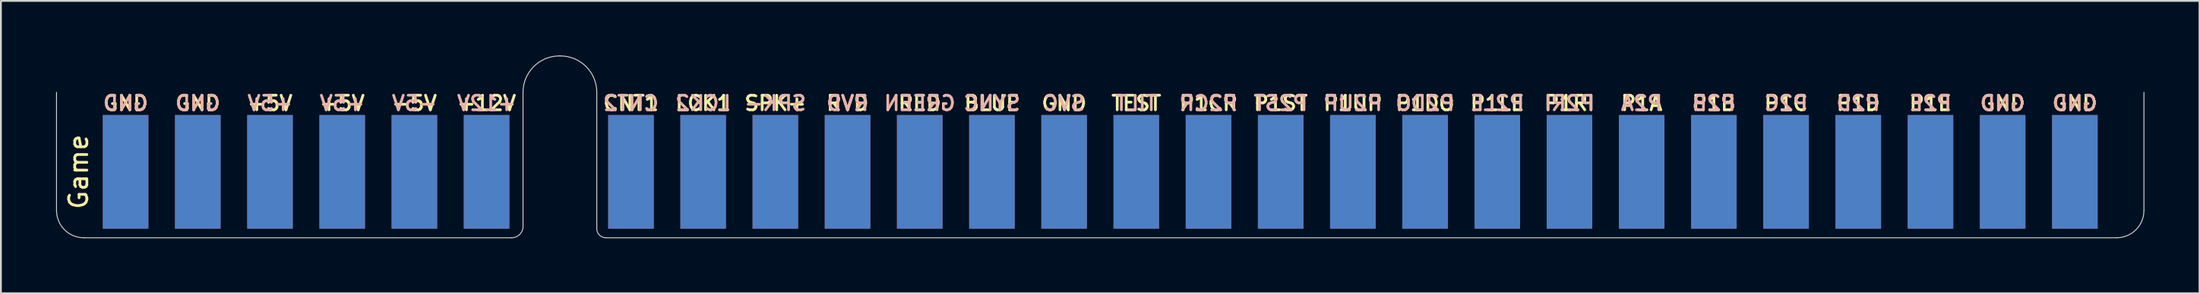
<source format=kicad_pcb>
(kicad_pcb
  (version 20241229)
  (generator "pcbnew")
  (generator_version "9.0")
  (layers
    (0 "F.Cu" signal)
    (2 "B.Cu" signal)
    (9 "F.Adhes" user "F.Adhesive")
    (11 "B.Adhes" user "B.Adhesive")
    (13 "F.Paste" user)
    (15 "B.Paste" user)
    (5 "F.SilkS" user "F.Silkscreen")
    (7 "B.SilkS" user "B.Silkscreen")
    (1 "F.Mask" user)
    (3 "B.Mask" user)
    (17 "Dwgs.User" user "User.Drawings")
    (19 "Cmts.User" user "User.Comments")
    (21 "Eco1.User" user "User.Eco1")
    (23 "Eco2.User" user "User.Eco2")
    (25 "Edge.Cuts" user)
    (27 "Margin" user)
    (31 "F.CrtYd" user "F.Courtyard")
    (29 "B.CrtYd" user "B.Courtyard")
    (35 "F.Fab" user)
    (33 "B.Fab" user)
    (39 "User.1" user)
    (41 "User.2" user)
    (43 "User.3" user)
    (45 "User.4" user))
  (footprint "Game"
    (layer "F.Cu")
    (at 57.3 2.025)
    (property "Reference" "Game" (at -56.039 4.375 90) (layer "F.SilkS") (effects (font (size 1 1) (thickness 0.15))))
    (attr through_hole)
    (fp_poly (pts (xy 57.25 8) (xy -57.25 8) (xy -57.25 1.25) (xy 57.25 1.25)) (stroke (width 0.1) (type solid)) (fill yes) (layer "F.Mask"))
    (fp_poly (pts (xy 57.25 8) (xy -57.25 8) (xy -57.25 1.25) (xy 57.25 1.25)) (stroke (width 0.1) (type solid)) (fill yes) (layer "B.Mask"))
    (fp_line (start -57.25 6.5) (end -57.25 0) (stroke (width 0.05) (type solid)) (layer "Edge.Cuts"))
    (fp_line (start -32.285 8) (end -55.75 8) (stroke (width 0.05) (type solid)) (layer "Edge.Cuts"))
    (fp_line (start -31.66 7.375) (end -31.66 0) (stroke (width 0.05) (type solid)) (layer "Edge.Cuts"))
    (fp_line (start -29.7 -2) (end -29.615 -2) (stroke (width 0.05) (type solid)) (layer "Edge.Cuts"))
    (fp_line (start -27.615 0) (end -27.615 7.5) (stroke (width 0.05) (type solid)) (layer "Edge.Cuts"))
    (fp_line (start -27.115 8) (end 55.75 8) (stroke (width 0.05) (type solid)) (layer "Edge.Cuts"))
    (fp_line (start 57.25 6.5) (end 57.25 0) (stroke (width 0.05) (type solid)) (layer "Edge.Cuts"))
    (fp_arc (start -55.75 8) (mid -56.81066 7.56066) (end -57.25 6.5) (stroke (width 0.05) (type solid)) (layer "Edge.Cuts"))
    (fp_arc (start -31.66 0) (mid -31.088427 -1.400259) (end -29.7 -2) (stroke (width 0.05) (type solid)) (layer "Edge.Cuts"))
    (fp_arc (start -31.66 7.375) (mid -31.843058 7.816942) (end -32.285 8) (stroke (width 0.05) (type solid)) (layer "Edge.Cuts"))
    (fp_arc (start -29.615 -2) (mid -28.200786 -1.414214) (end -27.615 0) (stroke (width 0.05) (type solid)) (layer "Edge.Cuts"))
    (fp_arc (start -27.115 8) (mid -27.468553 7.853553) (end -27.615 7.5) (stroke (width 0.05) (type solid)) (layer "Edge.Cuts"))
    (fp_arc (start 57.25 6.5) (mid 56.81066 7.56066) (end 55.75 8) (stroke (width 0.05) (type solid)) (layer "Edge.Cuts"))
    (fp_text user "CNT1" (at -25.74 0.6 0) (layer "F.SilkS") (effects (font (size 0.8 0.8) (thickness 0.15))))
    (fp_text user "TEST" (at 1.98 0.6 0) (layer "F.SilkS") (effects (font (size 0.8 0.8) (thickness 0.15))))
    (fp_text user "RVD" (at -13.86 0.6 0) (layer "F.SilkS") (effects (font (size 0.8 0.8) (thickness 0.15))))
    (fp_text user "+12V" (at -33.66 0.6 0) (layer "F.SilkS") (effects (font (size 0.8 0.8) (thickness 0.15))))
    (fp_text user "P1C" (at 37.62 0.6 0) (layer "F.SilkS") (effects (font (size 0.8 0.8) (thickness 0.15))))
    (fp_text user "BLUE" (at -5.94 0.6 0) (layer "F.SilkS") (effects (font (size 0.8 0.8) (thickness 0.15))))
    (fp_text user "GND" (at -49.5 0.6 0) (layer "F.SilkS") (effects (font (size 0.8 0.8) (thickness 0.15))))
    (fp_text user "P1DO" (at 17.82 0.6 0) (layer "F.SilkS") (effects (font (size 0.8 0.8) (thickness 0.15))))
    (fp_text user "GND" (at -1.98 0.6 0) (layer "F.SilkS") (effects (font (size 0.8 0.8) (thickness 0.15))))
    (fp_text user "-5V" (at -37.62 0.6 0) (layer "F.SilkS") (effects (font (size 0.8 0.8) (thickness 0.15))))
    (fp_text user "P1A" (at 29.7 0.6 0) (layer "F.SilkS") (effects (font (size 0.8 0.8) (thickness 0.15))))
    (fp_text user "GND" (at 49.5 0.6 0) (layer "F.SilkS") (effects (font (size 0.8 0.8) (thickness 0.15))))
    (fp_text user "P1LE" (at 21.78 0.6 0) (layer "F.SilkS") (effects (font (size 0.8 0.8) (thickness 0.15))))
    (fp_text user "SPK+" (at -17.82 0.6 0) (layer "F.SilkS") (effects (font (size 0.8 0.8) (thickness 0.15))))
    (fp_text user "P1B" (at 33.66 0.6 0) (layer "F.SilkS") (effects (font (size 0.8 0.8) (thickness 0.15))))
    (fp_text user "P1UP" (at 13.86 0.6 0) (layer "F.SilkS") (effects (font (size 0.8 0.8) (thickness 0.15))))
    (fp_text user "P1CR" (at 5.94 0.6 0) (layer "F.SilkS") (effects (font (size 0.8 0.8) (thickness 0.15))))
    (fp_text user "GND" (at 53.46 0.6 0) (layer "F.SilkS") (effects (font (size 0.8 0.8) (thickness 0.15))))
    (fp_text user "+5V" (at -41.58 0.6 0) (layer "F.SilkS") (effects (font (size 0.8 0.8) (thickness 0.15))))
    (fp_text user "P1ST" (at 9.9 0.6 0) (layer "F.SilkS") (effects (font (size 0.8 0.8) (thickness 0.15))))
    (fp_text user "LCK1" (at -21.78 0.6 0) (layer "F.SilkS") (effects (font (size 0.8 0.8) (thickness 0.15))))
    (fp_text user "GND" (at -53.46 0.6 0) (layer "F.SilkS") (effects (font (size 0.8 0.8) (thickness 0.15))))
    (fp_text user "P1E" (at 45.54 0.6 0) (layer "F.SilkS") (effects (font (size 0.8 0.8) (thickness 0.15))))
    (fp_text user "+5V" (at -45.54 0.6 0) (layer "F.SilkS") (effects (font (size 0.8 0.8) (thickness 0.15))))
    (fp_text user "P1RI" (at 25.74 0.6 0) (layer "F.SilkS") (effects (font (size 0.8 0.8) (thickness 0.15))))
    (fp_text user "RED" (at -9.9 0.6 0) (layer "F.SilkS") (effects (font (size 0.8 0.8) (thickness 0.15))))
    (fp_text user "P1D" (at 41.58 0.6 0) (layer "F.SilkS") (effects (font (size 0.8 0.8) (thickness 0.15))))
    (fp_text user "P2CR" (at 5.94 0.6 0) (layer "B.SilkS") (effects (font (size 0.8 0.8) (thickness 0.15)) (justify mirror)))
    (fp_text user "P2UP" (at 13.86 0.6 0) (layer "B.SilkS") (effects (font (size 0.8 0.8) (thickness 0.15)) (justify mirror)))
    (fp_text user "P2D" (at 41.58 0.6 0) (layer "B.SilkS") (effects (font (size 0.8 0.8) (thickness 0.15)) (justify mirror)))
    (fp_text user "P2C" (at 37.62 0.6 0) (layer "B.SilkS") (effects (font (size 0.8 0.8) (thickness 0.15)) (justify mirror)))
    (fp_text user "SVC" (at -1.98 0.6 0) (layer "B.SilkS") (effects (font (size 0.8 0.8) (thickness 0.15)) (justify mirror)))
    (fp_text user "SPK-" (at -17.82 0.6 0) (layer "B.SilkS") (effects (font (size 0.8 0.8) (thickness 0.15)) (justify mirror)))
    (fp_text user "GREEN" (at -9.9 0.6 0) (layer "B.SilkS") (effects (font (size 0.8 0.8) (thickness 0.15)) (justify mirror)))
    (fp_text user "P2ST" (at 9.9 0.6 0) (layer "B.SilkS") (effects (font (size 0.8 0.8) (thickness 0.15)) (justify mirror)))
    (fp_text user "GND" (at -53.46 0.6 0) (layer "B.SilkS") (effects (font (size 0.8 0.8) (thickness 0.15)) (justify mirror)))
    (fp_text user "GND" (at 53.46 0.6 0) (layer "B.SilkS") (effects (font (size 0.8 0.8) (thickness 0.15)) (justify mirror)))
    (fp_text user "+5V" (at -41.58 0.6 0) (layer "B.SilkS") (effects (font (size 0.8 0.8) (thickness 0.15)) (justify mirror)))
    (fp_text user "P2DO" (at 17.82 0.6 0) (layer "B.SilkS") (effects (font (size 0.8 0.8) (thickness 0.15)) (justify mirror)))
    (fp_text user "TILT" (at 1.98 0.6 0) (layer "B.SilkS") (effects (font (size 0.8 0.8) (thickness 0.15)) (justify mirror)))
    (fp_text user "CNT2" (at -25.74 0.6 0) (layer "B.SilkS") (effects (font (size 0.8 0.8) (thickness 0.15)) (justify mirror)))
    (fp_text user "P2LE" (at 21.78 0.6 0) (layer "B.SilkS") (effects (font (size 0.8 0.8) (thickness 0.15)) (justify mirror)))
    (fp_text user "+12V" (at -33.66 0.6 0) (layer "B.SilkS") (effects (font (size 0.8 0.8) (thickness 0.15)) (justify mirror)))
    (fp_text user "GND" (at -49.5 0.6 0) (layer "B.SilkS") (effects (font (size 0.8 0.8) (thickness 0.15)) (justify mirror)))
    (fp_text user "+5V" (at -45.54 0.6 0) (layer "B.SilkS") (effects (font (size 0.8 0.8) (thickness 0.15)) (justify mirror)))
    (fp_text user "P2E" (at 45.54 0.6 0) (layer "B.SilkS") (effects (font (size 0.8 0.8) (thickness 0.15)) (justify mirror)))
    (fp_text user "-5V" (at -37.62 0.6 0) (layer "B.SilkS") (effects (font (size 0.8 0.8) (thickness 0.15)) (justify mirror)))
    (fp_text user "P2A" (at 29.7 0.6 0) (layer "B.SilkS") (effects (font (size 0.8 0.8) (thickness 0.15)) (justify mirror)))
    (fp_text user "P2RI" (at 25.74 0.6 0) (layer "B.SilkS") (effects (font (size 0.8 0.8) (thickness 0.15)) (justify mirror)))
    (fp_text user "GND" (at 49.5 0.6 0) (layer "B.SilkS") (effects (font (size 0.8 0.8) (thickness 0.15)) (justify mirror)))
    (fp_text user "P2B" (at 33.66 0.6 0) (layer "B.SilkS") (effects (font (size 0.8 0.8) (thickness 0.15)) (justify mirror)))
    (fp_text user "SYNC" (at -5.94 0.6 0) (layer "B.SilkS") (effects (font (size 0.8 0.8) (thickness 0.15)) (justify mirror)))
    (fp_text user "RVD" (at -13.86 0.6 0) (layer "B.SilkS") (effects (font (size 0.8 0.8) (thickness 0.15)) (justify mirror)))
    (fp_text user "LCK2" (at -21.78 0.6 0) (layer "B.SilkS") (effects (font (size 0.8 0.8) (thickness 0.15)) (justify mirror)))
    (pad "1" smd rect (at -53.46 4.375) (size 2.5 6.25) (layers "F.Cu" "F.Mask" "F.Paste"))
    (pad "2" smd rect (at -49.5 4.375) (size 2.5 6.25) (layers "F.Cu" "F.Mask" "F.Paste"))
    (pad "3" smd rect (at -45.54 4.375) (size 2.5 6.25) (layers "F.Cu" "F.Mask" "F.Paste"))
    (pad "4" smd rect (at -41.58 4.375) (size 2.5 6.25) (layers "F.Cu" "F.Mask" "F.Paste"))
    (pad "5" smd rect (at -37.62 4.375) (size 2.5 6.25) (layers "F.Cu" "F.Mask" "F.Paste"))
    (pad "6" smd rect (at -33.66 4.375) (size 2.5 6.25) (layers "F.Cu" "F.Mask" "F.Paste"))
    (pad "8" smd rect (at -25.74 4.375) (size 2.5 6.25) (layers "F.Cu" "F.Mask" "F.Paste"))
    (pad "9" smd rect (at -21.78 4.375) (size 2.5 6.25) (layers "F.Cu" "F.Mask" "F.Paste"))
    (pad "10" smd rect (at -17.82 4.375) (size 2.5 6.25) (layers "F.Cu" "F.Mask" "F.Paste"))
    (pad "11" smd rect (at -13.86 4.375) (size 2.5 6.25) (layers "F.Cu" "F.Mask" "F.Paste"))
    (pad "12" smd rect (at -9.9 4.375) (size 2.5 6.25) (layers "F.Cu" "F.Mask" "F.Paste"))
    (pad "13" smd rect (at -5.94 4.375) (size 2.5 6.25) (layers "F.Cu" "F.Mask" "F.Paste"))
    (pad "14" smd rect (at -1.98 4.375) (size 2.5 6.25) (layers "F.Cu" "F.Mask" "F.Paste"))
    (pad "15" smd rect (at 1.98 4.375) (size 2.5 6.25) (layers "F.Cu" "F.Mask" "F.Paste"))
    (pad "16" smd rect (at 5.94 4.375) (size 2.5 6.25) (layers "F.Cu" "F.Mask" "F.Paste"))
    (pad "17" smd rect (at 9.9 4.375) (size 2.5 6.25) (layers "F.Cu" "F.Mask" "F.Paste"))
    (pad "18" smd rect (at 13.86 4.375) (size 2.5 6.25) (layers "F.Cu" "F.Mask" "F.Paste"))
    (pad "19" smd rect (at 17.82 4.375) (size 2.5 6.25) (layers "F.Cu" "F.Mask" "F.Paste"))
    (pad "20" smd rect (at 21.78 4.375) (size 2.5 6.25) (layers "F.Cu" "F.Mask" "F.Paste"))
    (pad "21" smd rect (at 25.74 4.375) (size 2.5 6.25) (layers "F.Cu" "F.Mask" "F.Paste"))
    (pad "22" smd rect (at 29.7 4.375) (size 2.5 6.25) (layers "F.Cu" "F.Mask" "F.Paste"))
    (pad "23" smd rect (at 33.66 4.375) (size 2.5 6.25) (layers "F.Cu" "F.Mask" "F.Paste"))
    (pad "24" smd rect (at 37.62 4.375) (size 2.5 6.25) (layers "F.Cu" "F.Mask" "F.Paste"))
    (pad "25" smd rect (at 41.58 4.375) (size 2.5 6.25) (layers "F.Cu" "F.Mask" "F.Paste"))
    (pad "26" smd rect (at 45.54 4.375) (size 2.5 6.25) (layers "F.Cu" "F.Mask" "F.Paste"))
    (pad "27" smd rect (at 49.5 4.375) (size 2.5 6.25) (layers "F.Cu" "F.Mask" "F.Paste"))
    (pad "28" smd rect (at 53.46 4.375) (size 2.5 6.25) (layers "F.Cu" "F.Mask" "F.Paste"))
    (pad "A" smd rect (at -53.46 4.375) (size 2.5 6.25) (layers "B.Cu" "B.Mask" "B.Paste"))
    (pad "AA" smd rect (at 33.66 4.375) (size 2.5 6.25) (layers "B.Cu" "B.Mask" "B.Paste"))
    (pad "AB" smd rect (at 37.62 4.375) (size 2.5 6.25) (layers "B.Cu" "B.Mask" "B.Paste"))
    (pad "AC" smd rect (at 41.58 4.375) (size 2.5 6.25) (layers "B.Cu" "B.Mask" "B.Paste"))
    (pad "AD" smd rect (at 45.54 4.375) (size 2.5 6.25) (layers "B.Cu" "B.Mask" "B.Paste"))
    (pad "AE" smd rect (at 49.5 4.375) (size 2.5 6.25) (layers "B.Cu" "B.Mask" "B.Paste"))
    (pad "AF" smd rect (at 53.46 4.375) (size 2.5 6.25) (layers "B.Cu" "B.Mask" "B.Paste"))
    (pad "B" smd rect (at -49.5 4.375) (size 2.5 6.25) (layers "B.Cu" "B.Mask" "B.Paste"))
    (pad "C" smd rect (at -45.54 4.375) (size 2.5 6.25) (layers "B.Cu" "B.Mask" "B.Paste"))
    (pad "D" smd rect (at -41.58 4.375) (size 2.5 6.25) (layers "B.Cu" "B.Mask" "B.Paste"))
    (pad "E" smd rect (at -37.62 4.375) (size 2.5 6.25) (layers "B.Cu" "B.Mask" "B.Paste"))
    (pad "F" smd rect (at -33.66 4.375) (size 2.5 6.25) (layers "B.Cu" "B.Mask" "B.Paste"))
    (pad "J" smd rect (at -25.74 4.375) (size 2.5 6.25) (layers "B.Cu" "B.Mask" "B.Paste"))
    (pad "K" smd rect (at -21.78 4.375) (size 2.5 6.25) (layers "B.Cu" "B.Mask" "B.Paste"))
    (pad "L" smd rect (at -17.82 4.375) (size 2.5 6.25) (layers "B.Cu" "B.Mask" "B.Paste"))
    (pad "M" smd rect (at -13.86 4.375) (size 2.5 6.25) (layers "B.Cu" "B.Mask" "B.Paste"))
    (pad "N" smd rect (at -9.9 4.375) (size 2.5 6.25) (layers "B.Cu" "B.Mask" "B.Paste"))
    (pad "P" smd rect (at -5.94 4.375) (size 2.5 6.25) (layers "B.Cu" "B.Mask" "B.Paste"))
    (pad "R" smd rect (at -1.98 4.375) (size 2.5 6.25) (layers "B.Cu" "B.Mask" "B.Paste"))
    (pad "S" smd rect (at 1.98 4.375) (size 2.5 6.25) (layers "B.Cu" "B.Mask" "B.Paste"))
    (pad "T" smd rect (at 5.94 4.375) (size 2.5 6.25) (layers "B.Cu" "B.Mask" "B.Paste"))
    (pad "U" smd rect (at 9.9 4.375) (size 2.5 6.25) (layers "B.Cu" "B.Mask" "B.Paste"))
    (pad "V" smd rect (at 13.86 4.375) (size 2.5 6.25) (layers "B.Cu" "B.Mask" "B.Paste"))
    (pad "W" smd rect (at 17.82 4.375) (size 2.5 6.25) (layers "B.Cu" "B.Mask" "B.Paste"))
    (pad "X" smd rect (at 21.78 4.375) (size 2.5 6.25) (layers "B.Cu" "B.Mask" "B.Paste"))
    (pad "Y" smd rect (at 25.74 4.375) (size 2.5 6.25) (layers "B.Cu" "B.Mask" "B.Paste"))
    (pad "Z" smd rect (at 29.7 4.375) (size 2.5 6.25) (layers "B.Cu" "B.Mask" "B.Paste")))
  (gr_rect
    (start -3 -3)
    (end 117.6 13.075)
    (stroke (width 0.1) (type default))
    (fill no)
    (layer "Edge.Cuts")))
</source>
